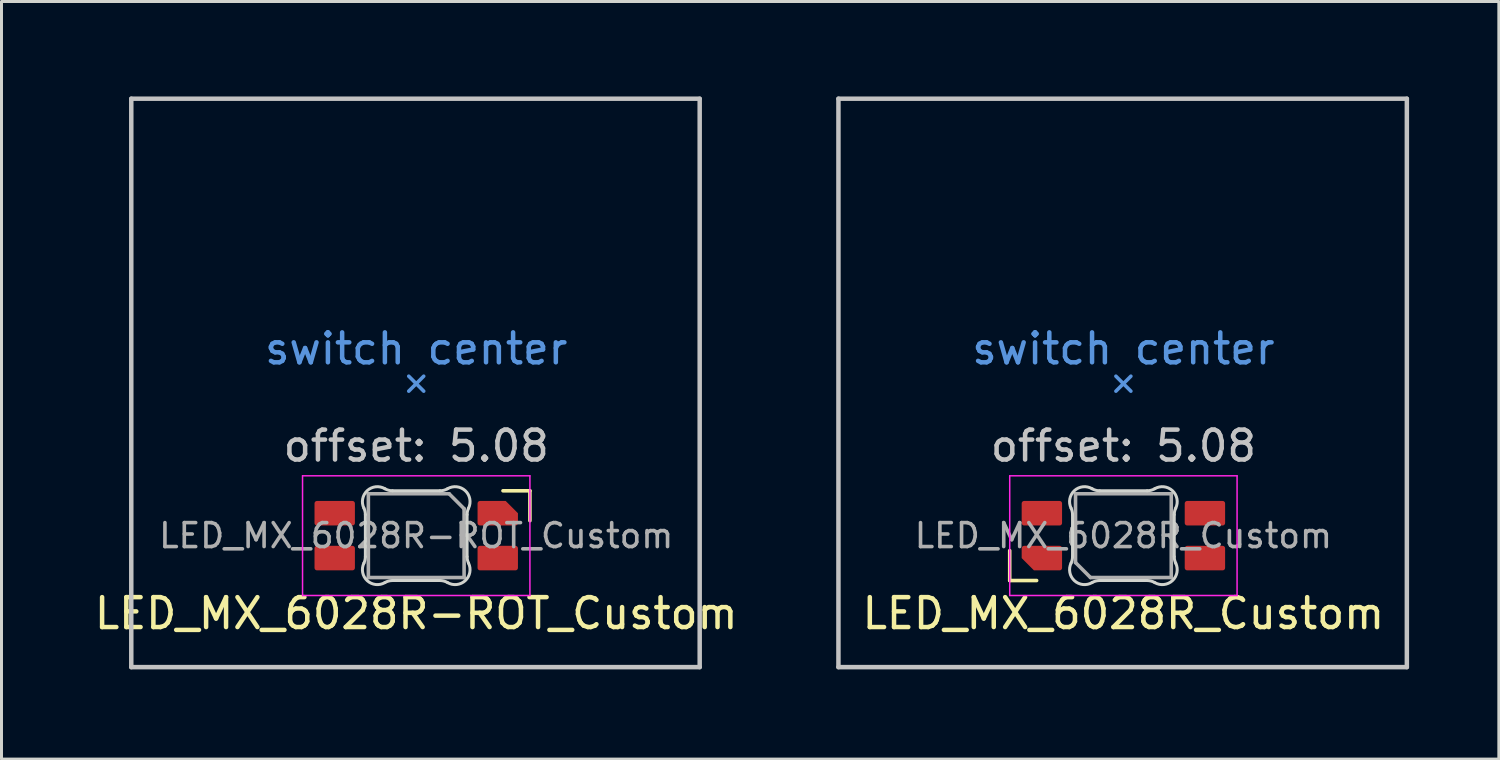
<source format=kicad_pcb>
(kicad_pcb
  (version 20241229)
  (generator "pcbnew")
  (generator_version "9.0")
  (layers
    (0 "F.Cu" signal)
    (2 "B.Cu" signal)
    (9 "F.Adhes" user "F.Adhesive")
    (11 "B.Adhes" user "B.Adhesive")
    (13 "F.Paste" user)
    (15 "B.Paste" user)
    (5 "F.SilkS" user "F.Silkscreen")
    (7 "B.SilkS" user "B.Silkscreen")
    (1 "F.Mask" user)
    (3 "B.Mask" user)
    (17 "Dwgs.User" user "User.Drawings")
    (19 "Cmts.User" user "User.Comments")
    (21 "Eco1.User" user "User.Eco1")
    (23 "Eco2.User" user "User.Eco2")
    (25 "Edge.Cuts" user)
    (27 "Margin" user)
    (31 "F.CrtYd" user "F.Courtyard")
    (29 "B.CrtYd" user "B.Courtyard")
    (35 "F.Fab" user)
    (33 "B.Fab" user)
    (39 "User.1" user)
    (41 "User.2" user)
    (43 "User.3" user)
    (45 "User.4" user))
  (footprint "LED_MX_6028R_Custom"
    (layer "F.Cu")
    (at 24.976 0.25)
    (property "Reference" "LED_MX_6028R_Custom" (at 9.525 17.205 0) (layer "F.SilkS") (effects (font (size 1 1) (thickness 0.15))))
    (attr smd)
    (fp_line (start 5.725 15.105) (end 5.725 16.105) (stroke (width 0.12) (type solid)) (layer "F.SilkS"))
    (fp_line (start 5.725 16.105) (end 6.625 16.105) (stroke (width 0.12) (type solid)) (layer "F.SilkS"))
    (fp_line (start 0 0) (end 0 19) (stroke (width 0.15) (type solid)) (layer "Dwgs.User"))
    (fp_line (start 0 19) (end 19 19) (stroke (width 0.15) (type solid)) (layer "Dwgs.User"))
    (fp_line (start 19 0) (end 0 0) (stroke (width 0.15) (type solid)) (layer "Dwgs.User"))
    (fp_line (start 19 19) (end 19 0) (stroke (width 0.15) (type solid)) (layer "Dwgs.User"))
    (fp_line (start 9.275 9.775) (end 9.525 9.525) (stroke (width 0.12) (type solid)) (layer "Cmts.User"))
    (fp_line (start 9.525 9.525) (end 9.275 9.275) (stroke (width 0.12) (type solid)) (layer "Cmts.User"))
    (fp_line (start 9.525 9.525) (end 9.775 9.275) (stroke (width 0.12) (type solid)) (layer "Cmts.User"))
    (fp_line (start 9.775 9.775) (end 9.525 9.525) (stroke (width 0.12) (type solid)) (layer "Cmts.User"))
    (fp_line (start 7.825 13.902) (end 7.825 15.308) (stroke (width 0.1) (type solid)) (layer "Edge.Cuts"))
    (fp_line (start 8.731 16.105) (end 10.319 16.105) (stroke (width 0.1) (type solid)) (layer "Edge.Cuts"))
    (fp_line (start 10.319 13.105) (end 8.731 13.105) (stroke (width 0.1) (type solid)) (layer "Edge.Cuts"))
    (fp_line (start 11.225 15.308) (end 11.225 13.902) (stroke (width 0.1) (type solid)) (layer "Edge.Cuts"))
    (fp_arc (start 7.775516 13.685279) (mid 7.812473 13.790931) (end 7.825001 13.902156) (stroke (width 0.1) (type solid)) (layer "Edge.Cuts"))
    (fp_arc (start 7.775516 13.685279) (mid 7.886929 13.100964) (end 8.478289 13.036701) (stroke (width 0.1) (type solid)) (layer "Edge.Cuts"))
    (fp_arc (start 7.825001 15.307841) (mid 7.812473 15.419067) (end 7.775516 15.524719) (stroke (width 0.1) (type solid)) (layer "Edge.Cuts"))
    (fp_arc (start 8.478289 16.173298) (mid 7.886928 16.109034) (end 7.775516 15.524718) (stroke (width 0.1) (type solid)) (layer "Edge.Cuts"))
    (fp_arc (start 8.478289 16.173298) (mid 8.599877 16.122376) (end 8.730548 16.104999) (stroke (width 0.1) (type solid)) (layer "Edge.Cuts"))
    (fp_arc (start 8.730547 13.105) (mid 8.599877 13.087623) (end 8.478289 13.036701) (stroke (width 0.1) (type solid)) (layer "Edge.Cuts"))
    (fp_arc (start 10.319452 16.104999) (mid 10.450122 16.122376) (end 10.57171 16.173298) (stroke (width 0.1) (type solid)) (layer "Edge.Cuts"))
    (fp_arc (start 10.571711 13.0367) (mid 10.450123 13.087622) (end 10.319453 13.104999) (stroke (width 0.1) (type solid)) (layer "Edge.Cuts"))
    (fp_arc (start 10.571711 13.0367) (mid 11.163072 13.100964) (end 11.274484 13.685279) (stroke (width 0.1) (type solid)) (layer "Edge.Cuts"))
    (fp_arc (start 11.224999 13.902157) (mid 11.237528 13.790931) (end 11.274484 13.685279) (stroke (width 0.1) (type solid)) (layer "Edge.Cuts"))
    (fp_arc (start 11.274484 15.524719) (mid 11.16307 16.109033) (end 10.571711 16.173296) (stroke (width 0.1) (type solid)) (layer "Edge.Cuts"))
    (fp_arc (start 11.274484 15.524719) (mid 11.237519 15.419068) (end 11.224999 15.307842) (stroke (width 0.1) (type solid)) (layer "Edge.Cuts"))
    (fp_line (start 5.725 12.605) (end 13.325 12.605) (stroke (width 0.05) (type solid)) (layer "F.CrtYd"))
    (fp_line (start 5.725 16.605) (end 5.725 12.605) (stroke (width 0.05) (type solid)) (layer "F.CrtYd"))
    (fp_line (start 13.325 12.605) (end 13.325 16.605) (stroke (width 0.05) (type solid)) (layer "F.CrtYd"))
    (fp_line (start 13.325 16.605) (end 5.725 16.605) (stroke (width 0.05) (type solid)) (layer "F.CrtYd"))
    (fp_line (start 7.925 13.205) (end 11.125 13.205) (stroke (width 0.12) (type solid)) (layer "F.Fab"))
    (fp_line (start 7.925 15.505) (end 7.925 13.205) (stroke (width 0.12) (type solid)) (layer "F.Fab"))
    (fp_line (start 7.925 15.505) (end 8.425 16.005) (stroke (width 0.12) (type solid)) (layer "F.Fab"))
    (fp_line (start 11.125 13.205) (end 11.125 16.005) (stroke (width 0.12) (type solid)) (layer "F.Fab"))
    (fp_line (start 11.125 16.005) (end 8.425 16.005) (stroke (width 0.12) (type solid)) (layer "F.Fab"))
    (fp_text user "offset: 5.08" (at 9.525 11.605 0) (layer "Dwgs.User") (effects (font (size 1 1) (thickness 0.15))))
    (fp_text user "switch center" (at 9.525 8.355 0) (layer "Cmts.User") (effects (font (size 1 1) (thickness 0.15))))
    (fp_text user "${REFERENCE}" (at 9.525 14.605 0) (layer "F.Fab") (effects (font (size 0.8 0.8) (thickness 0.12))))
    (pad "1" smd roundrect (at 12.25 13.855 90) (size 0.82 1.35) (layers "F.Cu" "F.Mask" "F.Paste") (roundrect_rratio 0.1))
    (pad "2" smd roundrect (at 12.25 15.355 90) (size 0.82 1.35) (layers "F.Cu" "F.Mask" "F.Paste") (roundrect_rratio 0.1))
    (pad "3" smd roundrect (at 6.8 13.855 90) (size 0.82 1.35) (layers "F.Cu" "F.Mask" "F.Paste") (roundrect_rratio 0.1))
    (pad "4" smd roundrect (at 6.8 15.355 90) (size 0.82 1.35) (layers "F.Cu" "F.Mask" "F.Paste") (roundrect_rratio 0.1) (chamfer_ratio 0.5) (chamfer top_left)))
  (footprint "LED_MX_6028R-ROT_Custom"
    (layer "F.Cu")
    (at 1.338 0.25)
    (property "Reference" "LED_MX_6028R-ROT_Custom" (at 9.525 17.205 0) (layer "F.SilkS") (effects (font (size 1 1) (thickness 0.15))))
    (attr smd)
    (fp_line (start 13.325 13.105) (end 12.425 13.105) (stroke (width 0.12) (type solid)) (layer "F.SilkS"))
    (fp_line (start 13.325 14.105) (end 13.325 13.105) (stroke (width 0.12) (type solid)) (layer "F.SilkS"))
    (fp_line (start 0 0) (end 0 19) (stroke (width 0.15) (type solid)) (layer "Dwgs.User"))
    (fp_line (start 0 19) (end 19 19) (stroke (width 0.15) (type solid)) (layer "Dwgs.User"))
    (fp_line (start 19 0) (end 0 0) (stroke (width 0.15) (type solid)) (layer "Dwgs.User"))
    (fp_line (start 19 19) (end 19 0) (stroke (width 0.15) (type solid)) (layer "Dwgs.User"))
    (fp_line (start 9.275 9.775) (end 9.525 9.525) (stroke (width 0.12) (type solid)) (layer "Cmts.User"))
    (fp_line (start 9.525 9.525) (end 9.275 9.275) (stroke (width 0.12) (type solid)) (layer "Cmts.User"))
    (fp_line (start 9.525 9.525) (end 9.775 9.275) (stroke (width 0.12) (type solid)) (layer "Cmts.User"))
    (fp_line (start 9.775 9.775) (end 9.525 9.525) (stroke (width 0.12) (type solid)) (layer "Cmts.User"))
    (fp_line (start 7.825 13.902) (end 7.825 15.308) (stroke (width 0.1) (type solid)) (layer "Edge.Cuts"))
    (fp_line (start 8.731 16.105) (end 10.319 16.105) (stroke (width 0.1) (type solid)) (layer "Edge.Cuts"))
    (fp_line (start 10.319 13.105) (end 8.731 13.105) (stroke (width 0.1) (type solid)) (layer "Edge.Cuts"))
    (fp_line (start 11.225 15.308) (end 11.225 13.902) (stroke (width 0.1) (type solid)) (layer "Edge.Cuts"))
    (fp_arc (start 7.775516 13.685281) (mid 7.812473 13.790933) (end 7.825001 13.902158) (stroke (width 0.1) (type solid)) (layer "Edge.Cuts"))
    (fp_arc (start 7.775516 13.685281) (mid 7.88693 13.100967) (end 8.478289 13.036704) (stroke (width 0.1) (type solid)) (layer "Edge.Cuts"))
    (fp_arc (start 7.825001 15.307843) (mid 7.812473 15.419069) (end 7.775516 15.524721) (stroke (width 0.1) (type solid)) (layer "Edge.Cuts"))
    (fp_arc (start 8.478289 16.1733) (mid 7.886929 16.109036) (end 7.775516 15.524721) (stroke (width 0.1) (type solid)) (layer "Edge.Cuts"))
    (fp_arc (start 8.478289 16.1733) (mid 8.599877 16.122378) (end 8.730547 16.105001) (stroke (width 0.1) (type solid)) (layer "Edge.Cuts"))
    (fp_arc (start 8.730548 13.105001) (mid 8.599878 13.087624) (end 8.47829 13.036702) (stroke (width 0.1) (type solid)) (layer "Edge.Cuts"))
    (fp_arc (start 10.319453 16.105) (mid 10.450123 16.122377) (end 10.571711 16.173299) (stroke (width 0.1) (type solid)) (layer "Edge.Cuts"))
    (fp_arc (start 10.571711 13.036702) (mid 10.450123 13.087624) (end 10.319452 13.105001) (stroke (width 0.1) (type solid)) (layer "Edge.Cuts"))
    (fp_arc (start 10.571711 13.036702) (mid 11.163071 13.100965) (end 11.274484 13.685282) (stroke (width 0.1) (type solid)) (layer "Edge.Cuts"))
    (fp_arc (start 11.224999 13.902159) (mid 11.237528 13.790933) (end 11.274484 13.685281) (stroke (width 0.1) (type solid)) (layer "Edge.Cuts"))
    (fp_arc (start 11.274484 15.524721) (mid 11.16307 16.109035) (end 10.571711 16.173299) (stroke (width 0.1) (type solid)) (layer "Edge.Cuts"))
    (fp_arc (start 11.274484 15.524721) (mid 11.237518 15.41907) (end 11.224999 15.307844) (stroke (width 0.1) (type solid)) (layer "Edge.Cuts"))
    (fp_line (start 5.725 12.605) (end 13.325 12.605) (stroke (width 0.05) (type solid)) (layer "F.CrtYd"))
    (fp_line (start 5.725 16.605) (end 5.725 12.605) (stroke (width 0.05) (type solid)) (layer "F.CrtYd"))
    (fp_line (start 13.325 12.605) (end 13.325 16.605) (stroke (width 0.05) (type solid)) (layer "F.CrtYd"))
    (fp_line (start 13.325 16.605) (end 5.725 16.605) (stroke (width 0.05) (type solid)) (layer "F.CrtYd"))
    (fp_line (start 7.925 13.205) (end 10.625 13.205) (stroke (width 0.12) (type solid)) (layer "F.Fab"))
    (fp_line (start 7.925 16.005) (end 7.925 13.205) (stroke (width 0.12) (type solid)) (layer "F.Fab"))
    (fp_line (start 11.125 13.705) (end 10.625 13.205) (stroke (width 0.12) (type solid)) (layer "F.Fab"))
    (fp_line (start 11.125 13.705) (end 11.125 16.005) (stroke (width 0.12) (type solid)) (layer "F.Fab"))
    (fp_line (start 11.125 16.005) (end 7.925 16.005) (stroke (width 0.12) (type solid)) (layer "F.Fab"))
    (fp_text user "offset: 5.08" (at 9.525 11.605 0) (layer "Dwgs.User") (effects (font (size 1 1) (thickness 0.15))))
    (fp_text user "switch center" (at 9.525 8.355 0) (layer "Cmts.User") (effects (font (size 1 1) (thickness 0.15))))
    (fp_text user "${REFERENCE}" (at 9.525 14.605 0) (layer "F.Fab") (effects (font (size 0.8 0.8) (thickness 0.12))))
    (pad "1" smd roundrect (at 6.8 15.355 270) (size 0.82 1.35) (layers "F.Cu" "F.Mask" "F.Paste") (roundrect_rratio 0.1))
    (pad "2" smd roundrect (at 6.8 13.855 270) (size 0.82 1.35) (layers "F.Cu" "F.Mask" "F.Paste") (roundrect_rratio 0.1))
    (pad "3" smd roundrect (at 12.25 15.355 270) (size 0.82 1.35) (layers "F.Cu" "F.Mask" "F.Paste") (roundrect_rratio 0.1))
    (pad "4" smd roundrect (at 12.25 13.855 270) (size 0.82 1.35) (layers "F.Cu" "F.Mask" "F.Paste") (roundrect_rratio 0.1) (chamfer_ratio 0.5) (chamfer top_left)))
  (gr_rect
    (start -3 -3)
    (end 47.051 22.325)
    (stroke (width 0.1) (type default))
    (fill no)
    (layer "Edge.Cuts")))
</source>
